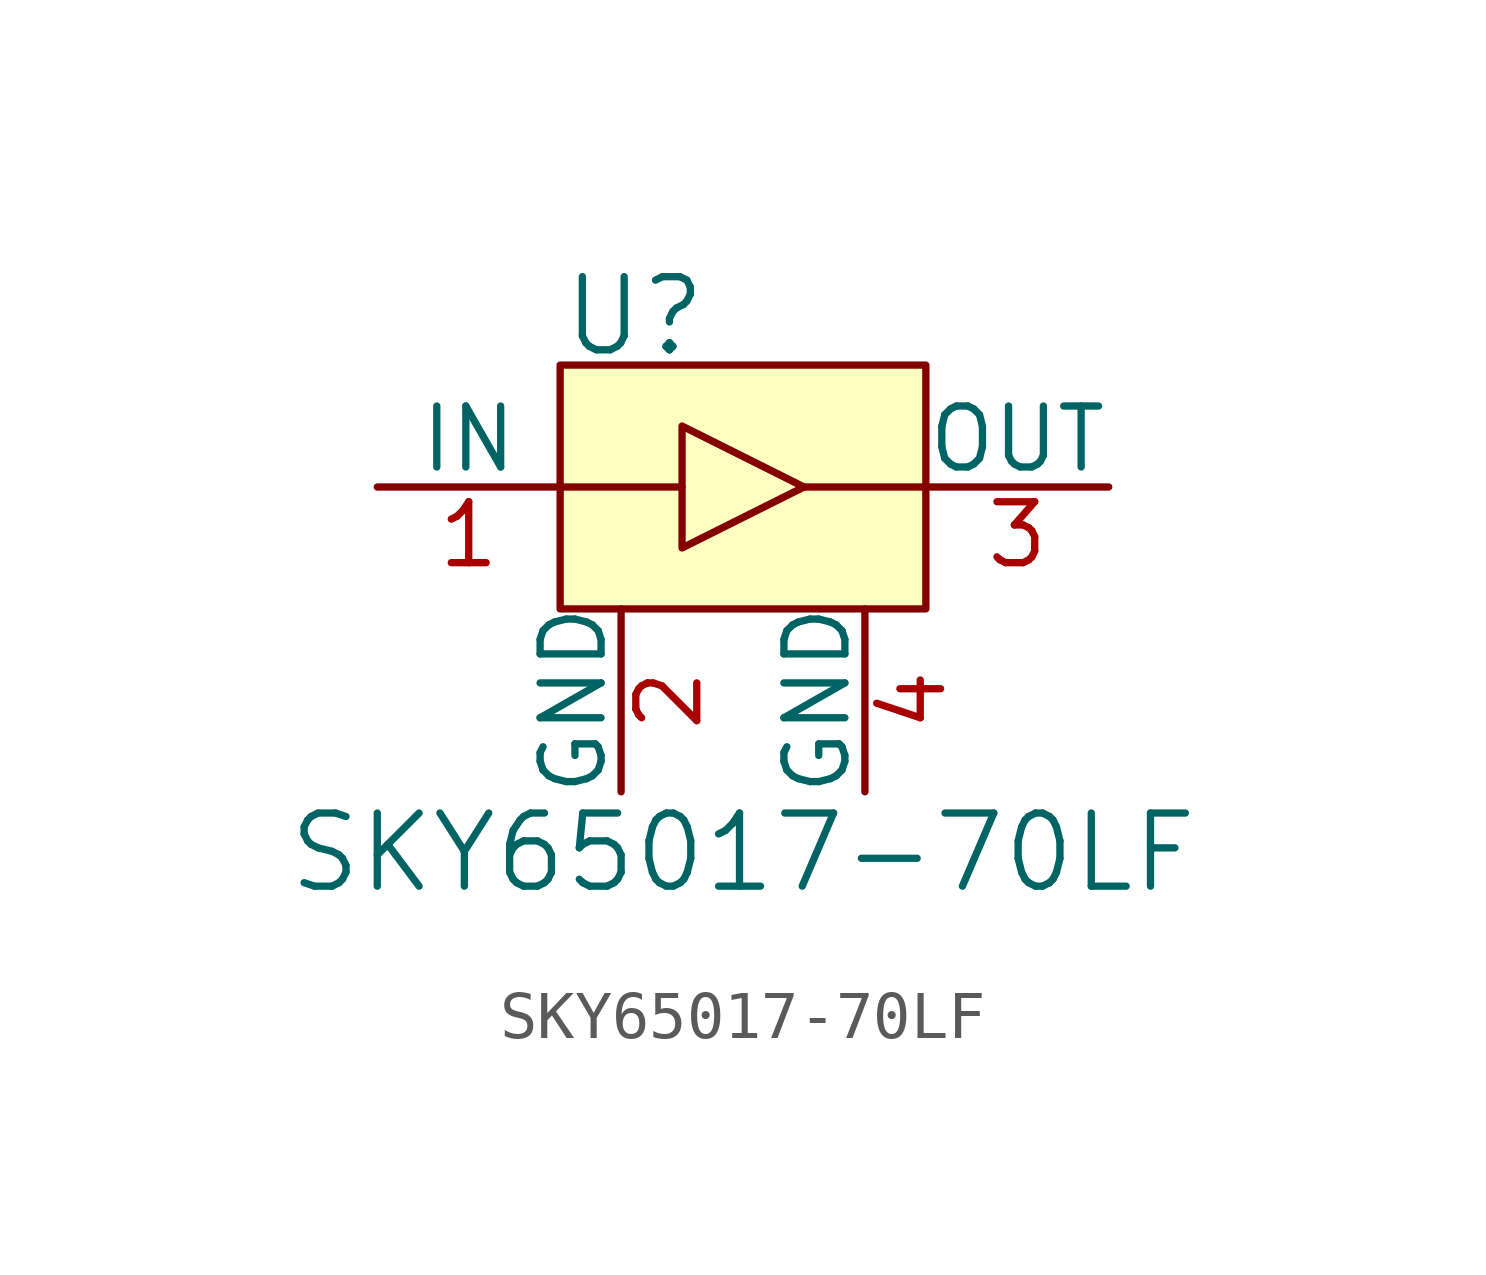
<source format=kicad_sym>
(kicad_symbol_lib
  (version 20231120)
  (generator "kicad_symbol_editor")
  (generator_version "8.0")
  (symbol "SKY65017-70LF"
    (pin_names
      (offset 0))
    (property "Reference" "U"
      (at -3.81 4.826 0)
      (effects (font (size 1.524 1.524)) (justify left)))
    (property "Value" "SKY65017-70LF"
      (at 0 -6.35 0)
      (effects (font (size 1.524 1.524))))
    (symbol "SKY65017-70LF_0_1"
      (rectangle (start -3.81 3.81) (end 3.81 -1.27) (stroke (width 0) (type default)) (fill (type background)))
      (polyline (pts (xy -1.27 1.27) (xy -3.81 1.27)) (stroke (width 0) (type default)) (fill (type none)))
      (polyline (pts (xy 1.27 1.27) (xy 3.81 1.27)) (stroke (width 0) (type default)) (fill (type none)))
      (polyline (pts (xy -1.27 2.54) (xy -1.27 0) (xy 1.27 1.27) (xy -1.27 2.54)) (stroke (width 0) (type default)) (fill (type none))))
    (symbol "SKY65017-70LF_1_1"
      (pin input line (at -7.62 1.27 0) (length 3.81) (name "IN" (effects (font (size 1.27 1.27)))) (number "1" (effects (font (size 1.27 1.27)))))
      (pin power_in line (at -2.54 -5.08 90) (length 3.81) (name "GND" (effects (font (size 1.27 1.27)))) (number "2" (effects (font (size 1.27 1.27)))))
      (pin output line (at 7.62 1.27 180) (length 3.81) (name "OUT" (effects (font (size 1.27 1.27)))) (number "3" (effects (font (size 1.27 1.27)))))
      (pin power_in line (at 2.54 -5.08 90) (length 3.81) (name "GND" (effects (font (size 1.27 1.27)))) (number "4" (effects (font (size 1.27 1.27))))))))
</source>
